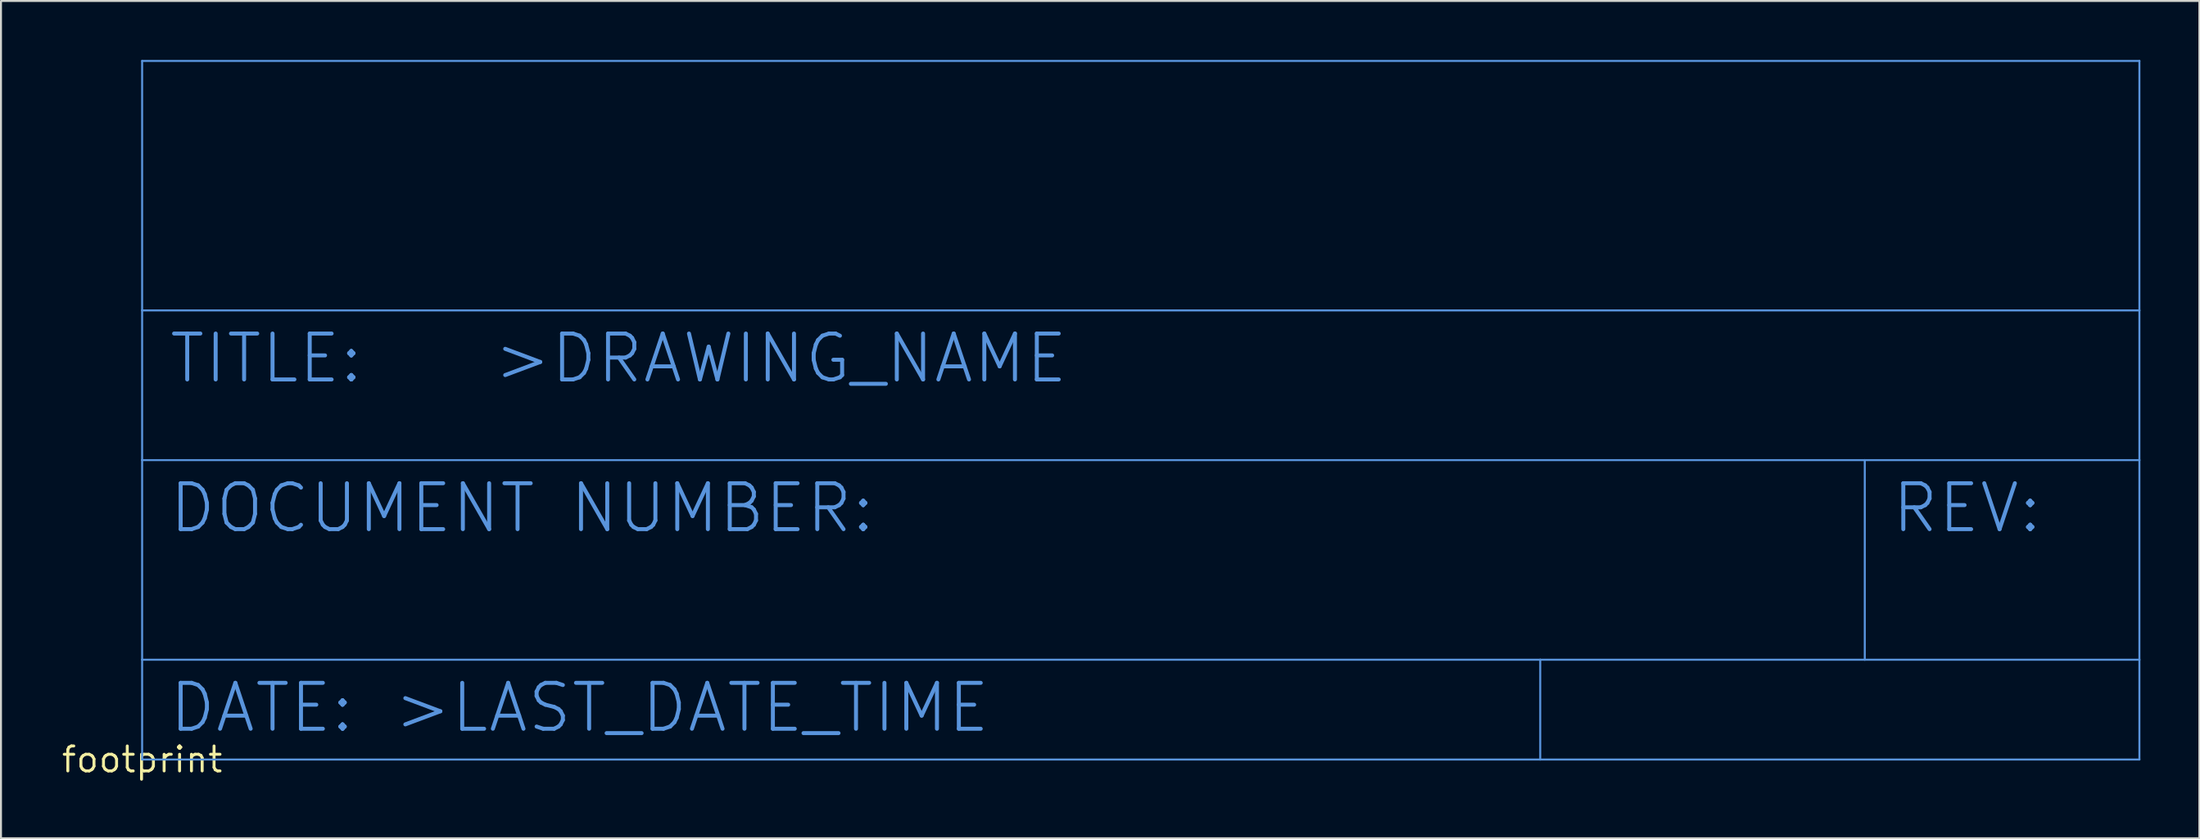
<source format=kicad_pcb>
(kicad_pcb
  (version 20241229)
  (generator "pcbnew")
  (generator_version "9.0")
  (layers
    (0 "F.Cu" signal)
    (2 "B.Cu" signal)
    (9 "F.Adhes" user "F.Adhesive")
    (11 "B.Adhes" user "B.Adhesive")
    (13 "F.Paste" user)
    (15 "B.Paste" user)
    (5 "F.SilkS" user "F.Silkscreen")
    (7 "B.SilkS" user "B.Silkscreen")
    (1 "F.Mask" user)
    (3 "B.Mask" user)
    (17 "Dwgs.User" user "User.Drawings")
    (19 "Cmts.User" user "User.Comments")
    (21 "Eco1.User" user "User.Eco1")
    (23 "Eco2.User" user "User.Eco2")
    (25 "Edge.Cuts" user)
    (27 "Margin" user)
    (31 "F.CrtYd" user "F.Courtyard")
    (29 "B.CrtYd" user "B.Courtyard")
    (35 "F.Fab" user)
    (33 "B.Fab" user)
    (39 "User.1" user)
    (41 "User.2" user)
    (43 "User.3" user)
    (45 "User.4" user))
  (footprint "footprint"
    (layer "F.Cu")
    (at 4.18 35.611)
    (property "Reference" "footprint" (at 0 0 0) (layer "F.SilkS") (effects (font (size 1.27 1.27) (thickness 0.15))))
    (fp_line (start 0 -22.86) (end 0 -35.56) (stroke (width 0.102) (type solid)) (layer "Cmts.User"))
    (fp_line (start 0 -22.86) (end 101.6 -22.86) (stroke (width 0.102) (type solid)) (layer "Cmts.User"))
    (fp_line (start 0 -15.24) (end 0 -22.86) (stroke (width 0.102) (type solid)) (layer "Cmts.User"))
    (fp_line (start 0 -5.08) (end 0 -15.24) (stroke (width 0.102) (type solid)) (layer "Cmts.User"))
    (fp_line (start 0 -5.08) (end 71.12 -5.08) (stroke (width 0.102) (type solid)) (layer "Cmts.User"))
    (fp_line (start 0 0) (end 0 -5.08) (stroke (width 0.102) (type solid)) (layer "Cmts.User"))
    (fp_line (start 0 0) (end 71.12 0) (stroke (width 0.102) (type solid)) (layer "Cmts.User"))
    (fp_line (start 71.12 -5.08) (end 71.12 0) (stroke (width 0.102) (type solid)) (layer "Cmts.User"))
    (fp_line (start 71.12 -5.08) (end 87.63 -5.08) (stroke (width 0.102) (type solid)) (layer "Cmts.User"))
    (fp_line (start 71.12 0) (end 101.6 0) (stroke (width 0.102) (type solid)) (layer "Cmts.User"))
    (fp_line (start 87.63 -15.24) (end 0 -15.24) (stroke (width 0.102) (type solid)) (layer "Cmts.User"))
    (fp_line (start 87.63 -15.24) (end 87.63 -5.08) (stroke (width 0.102) (type solid)) (layer "Cmts.User"))
    (fp_line (start 87.63 -5.08) (end 101.6 -5.08) (stroke (width 0.102) (type solid)) (layer "Cmts.User"))
    (fp_line (start 101.6 -35.56) (end 0 -35.56) (stroke (width 0.102) (type solid)) (layer "Cmts.User"))
    (fp_line (start 101.6 -35.56) (end 101.6 -22.86) (stroke (width 0.102) (type solid)) (layer "Cmts.User"))
    (fp_line (start 101.6 -22.86) (end 101.6 -15.24) (stroke (width 0.102) (type solid)) (layer "Cmts.User"))
    (fp_line (start 101.6 -15.24) (end 87.63 -15.24) (stroke (width 0.102) (type solid)) (layer "Cmts.User"))
    (fp_line (start 101.6 -15.24) (end 101.6 -5.08) (stroke (width 0.102) (type solid)) (layer "Cmts.User"))
    (fp_line (start 101.6 -5.08) (end 101.6 0) (stroke (width 0.102) (type solid)) (layer "Cmts.User"))
    (fp_text user ">DRAWING_NAME" (at 17.78 -19.05 0) (layer "Cmts.User") (effects (font (size 2.337 2.337) (thickness 0.203)) (justify left bottom)))
    (fp_text user "DOCUMENT NUMBER:" (at 1.27 -11.43 0) (layer "Cmts.User") (effects (font (size 2.337 2.337) (thickness 0.203)) (justify left bottom)))
    (fp_text user "TITLE:" (at 1.27 -19.05 0) (layer "Cmts.User") (effects (font (size 2.337 2.337) (thickness 0.203)) (justify left bottom)))
    (fp_text user "REV:" (at 88.9 -11.43 0) (layer "Cmts.User") (effects (font (size 2.337 2.337) (thickness 0.203)) (justify left bottom)))
    (fp_text user "DATE:" (at 1.27 -1.27 0) (layer "Cmts.User") (effects (font (size 2.337 2.337) (thickness 0.203)) (justify left bottom)))
    (fp_text user ">LAST_DATE_TIME" (at 12.7 -1.27 0) (layer "Cmts.User") (effects (font (size 2.337 2.337) (thickness 0.203)) (justify left bottom))))
  (gr_rect
    (start -3 -3)
    (end 108.831 39.617)
    (stroke (width 0.1) (type default))
    (fill no)
    (layer "Edge.Cuts")))
</source>
